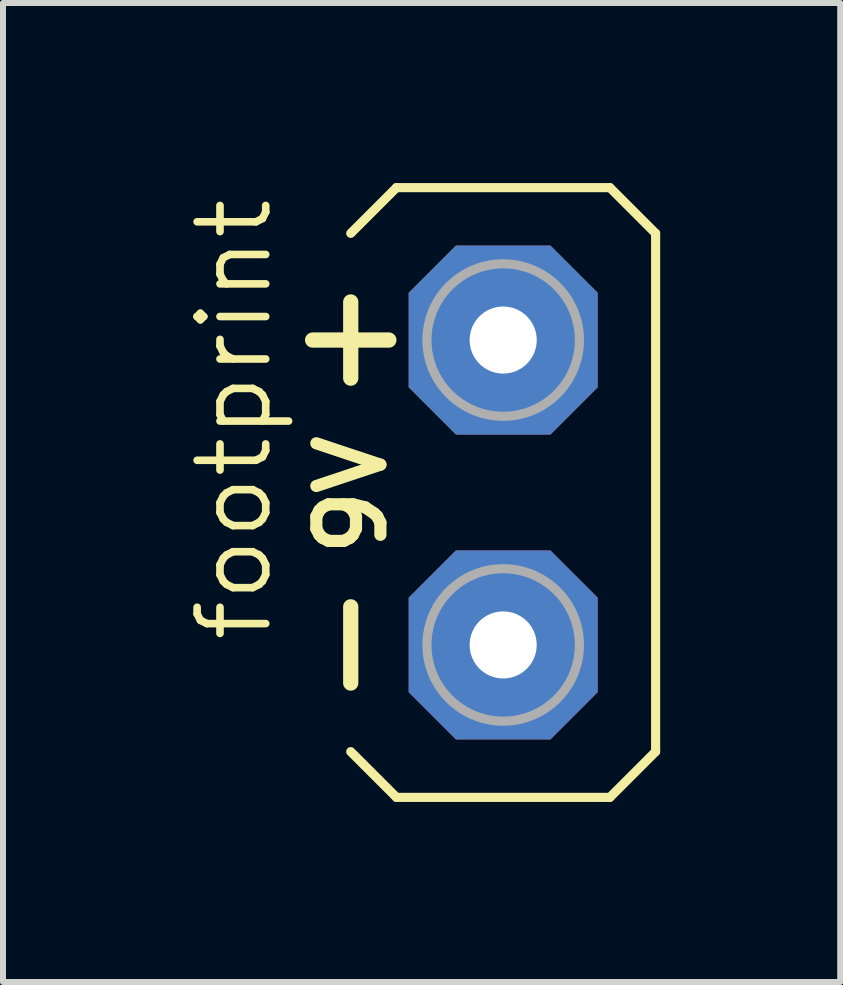
<source format=kicad_pcb>
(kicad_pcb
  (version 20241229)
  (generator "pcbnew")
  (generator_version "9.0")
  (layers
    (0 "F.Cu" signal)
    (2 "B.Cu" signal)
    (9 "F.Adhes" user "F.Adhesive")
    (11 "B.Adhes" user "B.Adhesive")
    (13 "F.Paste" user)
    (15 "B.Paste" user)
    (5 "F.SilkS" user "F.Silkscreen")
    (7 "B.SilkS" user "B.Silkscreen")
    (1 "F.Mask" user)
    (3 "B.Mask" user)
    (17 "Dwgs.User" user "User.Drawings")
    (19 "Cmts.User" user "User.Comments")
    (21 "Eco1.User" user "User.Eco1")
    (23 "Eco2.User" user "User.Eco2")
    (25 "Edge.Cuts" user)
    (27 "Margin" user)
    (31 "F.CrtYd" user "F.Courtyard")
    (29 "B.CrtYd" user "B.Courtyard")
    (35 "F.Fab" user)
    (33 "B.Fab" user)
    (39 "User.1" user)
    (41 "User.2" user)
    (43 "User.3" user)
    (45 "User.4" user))
  (footprint "footprint"
    (layer "F.Cu")
    (at 5.334 5.156)
    (property "Reference" "footprint" (at -3.81 2.54 90) (layer "F.SilkS") (effects (font (size 1.143 1.143) (thickness 0.127)) (justify left bottom)))
    (fp_line (start -2.54 -4.318) (end -1.778 -5.08) (stroke (width 0.152) (type solid)) (layer "F.SilkS"))
    (fp_line (start -2.54 -1.905) (end -2.54 -3.175) (stroke (width 0.254) (type solid)) (layer "F.SilkS"))
    (fp_line (start -2.54 3.175) (end -2.54 1.905) (stroke (width 0.254) (type solid)) (layer "F.SilkS"))
    (fp_line (start -2.54 4.318) (end -1.778 5.08) (stroke (width 0.152) (type solid)) (layer "F.SilkS"))
    (fp_line (start -1.905 -2.54) (end -3.175 -2.54) (stroke (width 0.254) (type solid)) (layer "F.SilkS"))
    (fp_line (start -1.778 -5.08) (end 1.778 -5.08) (stroke (width 0.152) (type solid)) (layer "F.SilkS"))
    (fp_line (start 1.778 5.08) (end -1.778 5.08) (stroke (width 0.152) (type solid)) (layer "F.SilkS"))
    (fp_line (start 1.778 5.08) (end 2.54 4.318) (stroke (width 0.152) (type solid)) (layer "F.SilkS"))
    (fp_line (start 2.54 -4.318) (end 1.778 -5.08) (stroke (width 0.152) (type solid)) (layer "F.SilkS"))
    (fp_line (start 2.54 -4.318) (end 2.54 4.318) (stroke (width 0.152) (type solid)) (layer "F.SilkS"))
    (fp_circle (center 0 -2.54) (end 1.27 -2.54) (stroke (width 0.152) (type solid)) (fill no) (layer "F.Fab"))
    (fp_circle (center 0 2.54) (end 1.27 2.54) (stroke (width 0.152) (type solid)) (fill no) (layer "F.Fab"))
    (fp_text user "9V" (at -1.905 1.143 90) (layer "F.SilkS") (effects (font (size 1.067 1.067) (thickness 0.203)) (justify left bottom)))
    (pad "+" thru_hole roundrect (at 0 -2.54) (size 3.15 3.15) (drill 1.118) (layers "*.Cu" "*.Mask") (roundrect_rratio 0.25) (chamfer_ratio 0.25) (chamfer top_left top_right bottom_left bottom_right))
    (pad "-" thru_hole roundrect (at 0 2.54) (size 3.15 3.15) (drill 1.118) (layers "*.Cu" "*.Mask") (roundrect_rratio 0.25) (chamfer_ratio 0.25) (chamfer top_left top_right bottom_left bottom_right)))
  (gr_rect
    (start -3 -3)
    (end 10.95 13.312)
    (stroke (width 0.1) (type default))
    (fill no)
    (layer "Edge.Cuts")))
</source>
